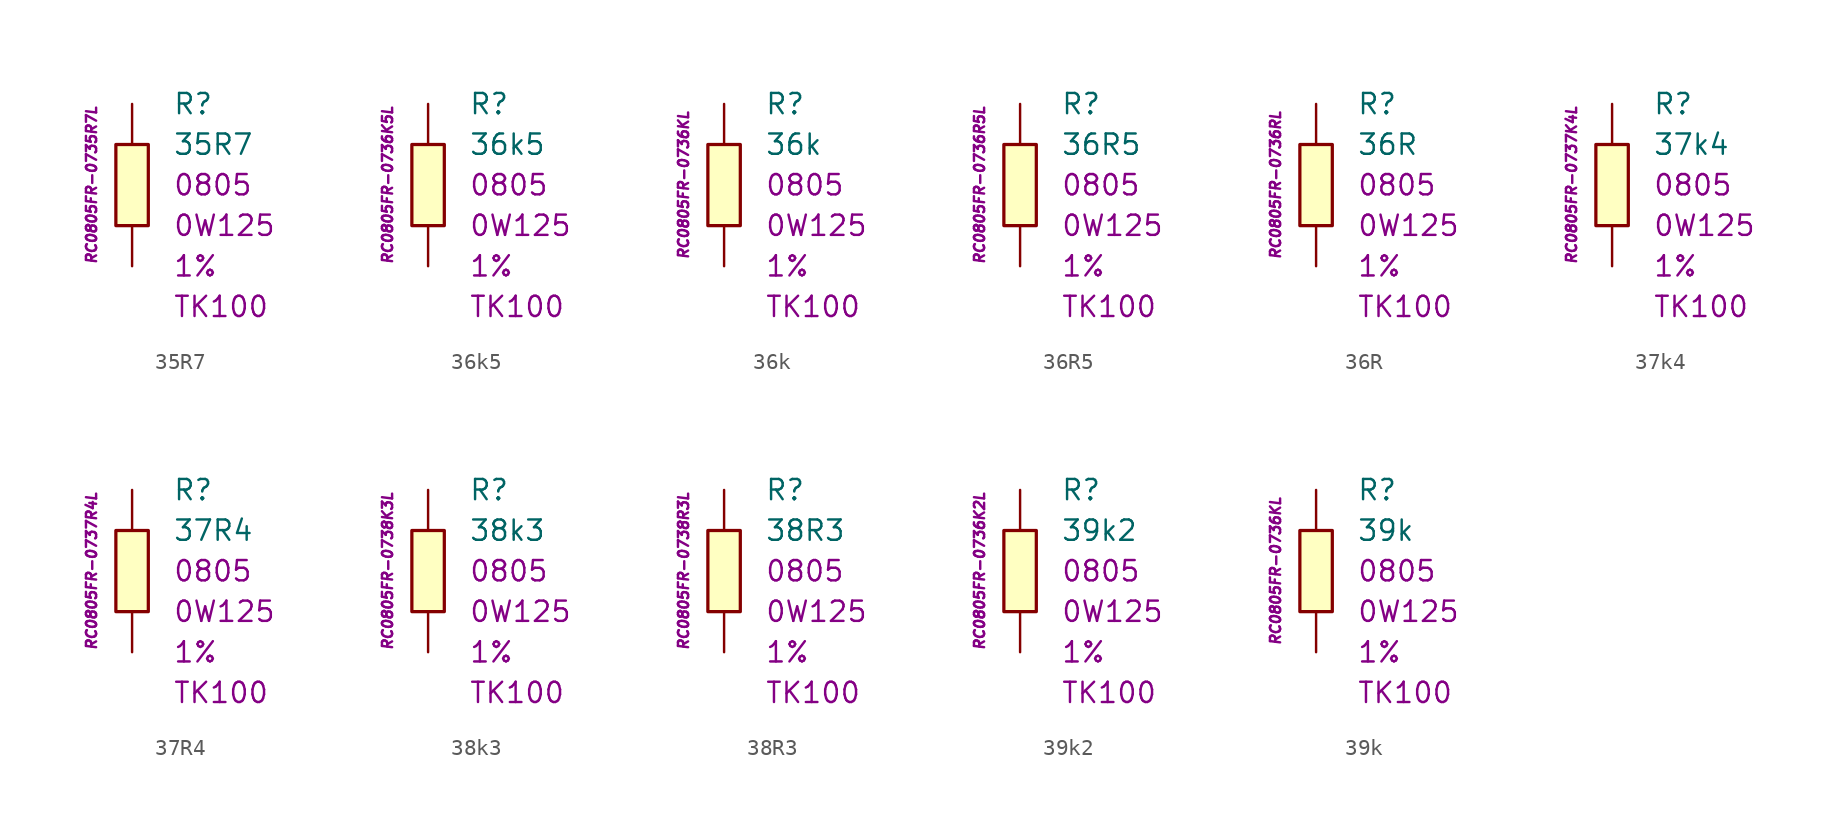
<source format=kicad_sym>
(kicad_symbol_lib
  (version 20201005)
  (generator kicad_symbol_editor)
  (symbol "35R7"
    (pin_numbers hide)
    (pin_names
      (offset 1.016) hide)
    (property "Reference" "R"
      (at 2.54 5.08 0)
      (effects (font (size 1.27 1.27)) (justify left)))
    (property "Value" "35R7"
      (at 2.54 2.54 0)
      (effects (font (size 1.27 1.27)) (justify left)))
    (property "Package" "0805"
      (at 2.54 0 0)
      (effects (font (size 1.27 1.27)) (justify left)))
    (property "Power" "0W125"
      (at 2.54 -2.54 0)
      (effects (font (size 1.27 1.27)) (justify left)))
    (property "Tolerance" "1%"
      (at 2.54 -5.08 0)
      (effects (font (size 1.27 1.27)) (justify left)))
    (property "TK" "TK100"
      (at 2.54 -7.62 0)
      (effects (font (size 1.27 1.27)) (justify left)))
    (property "ID" "RC0805FR-0735R7L"
      (at -2.54 0 90)
      (effects (font (size 0.635 0.635) italic)))
    (symbol "35R7_0_1"
      (rectangle (start -1.016 2.54) (end 1.016 -2.54) (stroke (width 0.203)) (fill (type background))))
    (symbol "35R7_1_1"
      (pin passive line (at 0 5.08 270) (length 2.54) (name "~" (effects (font (size 1.778 1.778)))) (number "1" (effects (font (size 1.778 1.778)))))
      (pin passive line (at 0 -5.08 90) (length 2.54) (name "~" (effects (font (size 1.778 1.778)))) (number "2" (effects (font (size 1.778 1.778)))))))
  (symbol "36k5"
    (pin_numbers hide)
    (pin_names
      (offset 1.016) hide)
    (property "Reference" "R"
      (at 2.54 5.08 0)
      (effects (font (size 1.27 1.27)) (justify left)))
    (property "Value" "36k5"
      (at 2.54 2.54 0)
      (effects (font (size 1.27 1.27)) (justify left)))
    (property "Package" "0805"
      (at 2.54 0 0)
      (effects (font (size 1.27 1.27)) (justify left)))
    (property "Power" "0W125"
      (at 2.54 -2.54 0)
      (effects (font (size 1.27 1.27)) (justify left)))
    (property "Tolerance" "1%"
      (at 2.54 -5.08 0)
      (effects (font (size 1.27 1.27)) (justify left)))
    (property "TK" "TK100"
      (at 2.54 -7.62 0)
      (effects (font (size 1.27 1.27)) (justify left)))
    (property "ID" "RC0805FR-0736K5L"
      (at -2.54 0 90)
      (effects (font (size 0.635 0.635) italic)))
    (symbol "36k5_0_1"
      (rectangle (start -1.016 2.54) (end 1.016 -2.54) (stroke (width 0.203)) (fill (type background))))
    (symbol "36k5_1_1"
      (pin passive line (at 0 5.08 270) (length 2.54) (name "~" (effects (font (size 1.778 1.778)))) (number "1" (effects (font (size 1.778 1.778)))))
      (pin passive line (at 0 -5.08 90) (length 2.54) (name "~" (effects (font (size 1.778 1.778)))) (number "2" (effects (font (size 1.778 1.778)))))))
  (symbol "36k"
    (pin_numbers hide)
    (pin_names
      (offset 1.016) hide)
    (property "Reference" "R"
      (at 2.54 5.08 0)
      (effects (font (size 1.27 1.27)) (justify left)))
    (property "Value" "36k"
      (at 2.54 2.54 0)
      (effects (font (size 1.27 1.27)) (justify left)))
    (property "Package" "0805"
      (at 2.54 0 0)
      (effects (font (size 1.27 1.27)) (justify left)))
    (property "Power" "0W125"
      (at 2.54 -2.54 0)
      (effects (font (size 1.27 1.27)) (justify left)))
    (property "Tolerance" "1%"
      (at 2.54 -5.08 0)
      (effects (font (size 1.27 1.27)) (justify left)))
    (property "TK" "TK100"
      (at 2.54 -7.62 0)
      (effects (font (size 1.27 1.27)) (justify left)))
    (property "ID" "RC0805FR-0736KL"
      (at -2.54 0 90)
      (effects (font (size 0.635 0.635) italic)))
    (symbol "36k_0_1"
      (rectangle (start -1.016 2.54) (end 1.016 -2.54) (stroke (width 0.203)) (fill (type background))))
    (symbol "36k_1_1"
      (pin passive line (at 0 5.08 270) (length 2.54) (name "~" (effects (font (size 1.778 1.778)))) (number "1" (effects (font (size 1.778 1.778)))))
      (pin passive line (at 0 -5.08 90) (length 2.54) (name "~" (effects (font (size 1.778 1.778)))) (number "2" (effects (font (size 1.778 1.778)))))))
  (symbol "36R5"
    (pin_numbers hide)
    (pin_names
      (offset 1.016) hide)
    (property "Reference" "R"
      (at 2.54 5.08 0)
      (effects (font (size 1.27 1.27)) (justify left)))
    (property "Value" "36R5"
      (at 2.54 2.54 0)
      (effects (font (size 1.27 1.27)) (justify left)))
    (property "Package" "0805"
      (at 2.54 0 0)
      (effects (font (size 1.27 1.27)) (justify left)))
    (property "Power" "0W125"
      (at 2.54 -2.54 0)
      (effects (font (size 1.27 1.27)) (justify left)))
    (property "Tolerance" "1%"
      (at 2.54 -5.08 0)
      (effects (font (size 1.27 1.27)) (justify left)))
    (property "TK" "TK100"
      (at 2.54 -7.62 0)
      (effects (font (size 1.27 1.27)) (justify left)))
    (property "ID" "RC0805FR-0736R5L"
      (at -2.54 0 90)
      (effects (font (size 0.635 0.635) italic)))
    (symbol "36R5_0_1"
      (rectangle (start -1.016 2.54) (end 1.016 -2.54) (stroke (width 0.203)) (fill (type background))))
    (symbol "36R5_1_1"
      (pin passive line (at 0 5.08 270) (length 2.54) (name "~" (effects (font (size 1.778 1.778)))) (number "1" (effects (font (size 1.778 1.778)))))
      (pin passive line (at 0 -5.08 90) (length 2.54) (name "~" (effects (font (size 1.778 1.778)))) (number "2" (effects (font (size 1.778 1.778)))))))
  (symbol "36R"
    (pin_numbers hide)
    (pin_names
      (offset 1.016) hide)
    (property "Reference" "R"
      (at 2.54 5.08 0)
      (effects (font (size 1.27 1.27)) (justify left)))
    (property "Value" "36R"
      (at 2.54 2.54 0)
      (effects (font (size 1.27 1.27)) (justify left)))
    (property "Package" "0805"
      (at 2.54 0 0)
      (effects (font (size 1.27 1.27)) (justify left)))
    (property "Power" "0W125"
      (at 2.54 -2.54 0)
      (effects (font (size 1.27 1.27)) (justify left)))
    (property "Tolerance" "1%"
      (at 2.54 -5.08 0)
      (effects (font (size 1.27 1.27)) (justify left)))
    (property "TK" "TK100"
      (at 2.54 -7.62 0)
      (effects (font (size 1.27 1.27)) (justify left)))
    (property "ID" "RC0805FR-0736RL"
      (at -2.54 0 90)
      (effects (font (size 0.635 0.635) italic)))
    (symbol "36R_0_1"
      (rectangle (start -1.016 2.54) (end 1.016 -2.54) (stroke (width 0.203)) (fill (type background))))
    (symbol "36R_1_1"
      (pin passive line (at 0 5.08 270) (length 2.54) (name "~" (effects (font (size 1.778 1.778)))) (number "1" (effects (font (size 1.778 1.778)))))
      (pin passive line (at 0 -5.08 90) (length 2.54) (name "~" (effects (font (size 1.778 1.778)))) (number "2" (effects (font (size 1.778 1.778)))))))
  (symbol "37k4"
    (pin_numbers hide)
    (pin_names
      (offset 1.016) hide)
    (property "Reference" "R"
      (at 2.54 5.08 0)
      (effects (font (size 1.27 1.27)) (justify left)))
    (property "Value" "37k4"
      (at 2.54 2.54 0)
      (effects (font (size 1.27 1.27)) (justify left)))
    (property "Package" "0805"
      (at 2.54 0 0)
      (effects (font (size 1.27 1.27)) (justify left)))
    (property "Power" "0W125"
      (at 2.54 -2.54 0)
      (effects (font (size 1.27 1.27)) (justify left)))
    (property "Tolerance" "1%"
      (at 2.54 -5.08 0)
      (effects (font (size 1.27 1.27)) (justify left)))
    (property "TK" "TK100"
      (at 2.54 -7.62 0)
      (effects (font (size 1.27 1.27)) (justify left)))
    (property "ID" "RC0805FR-0737K4L"
      (at -2.54 0 90)
      (effects (font (size 0.635 0.635) italic)))
    (symbol "37k4_0_1"
      (rectangle (start -1.016 2.54) (end 1.016 -2.54) (stroke (width 0.203)) (fill (type background))))
    (symbol "37k4_1_1"
      (pin passive line (at 0 5.08 270) (length 2.54) (name "~" (effects (font (size 1.778 1.778)))) (number "1" (effects (font (size 1.778 1.778)))))
      (pin passive line (at 0 -5.08 90) (length 2.54) (name "~" (effects (font (size 1.778 1.778)))) (number "2" (effects (font (size 1.778 1.778)))))))
  (symbol "37R4"
    (pin_numbers hide)
    (pin_names
      (offset 1.016) hide)
    (property "Reference" "R"
      (at 2.54 5.08 0)
      (effects (font (size 1.27 1.27)) (justify left)))
    (property "Value" "37R4"
      (at 2.54 2.54 0)
      (effects (font (size 1.27 1.27)) (justify left)))
    (property "Package" "0805"
      (at 2.54 0 0)
      (effects (font (size 1.27 1.27)) (justify left)))
    (property "Power" "0W125"
      (at 2.54 -2.54 0)
      (effects (font (size 1.27 1.27)) (justify left)))
    (property "Tolerance" "1%"
      (at 2.54 -5.08 0)
      (effects (font (size 1.27 1.27)) (justify left)))
    (property "TK" "TK100"
      (at 2.54 -7.62 0)
      (effects (font (size 1.27 1.27)) (justify left)))
    (property "ID" "RC0805FR-0737R4L"
      (at -2.54 0 90)
      (effects (font (size 0.635 0.635) italic)))
    (symbol "37R4_0_1"
      (rectangle (start -1.016 2.54) (end 1.016 -2.54) (stroke (width 0.203)) (fill (type background))))
    (symbol "37R4_1_1"
      (pin passive line (at 0 5.08 270) (length 2.54) (name "~" (effects (font (size 1.778 1.778)))) (number "1" (effects (font (size 1.778 1.778)))))
      (pin passive line (at 0 -5.08 90) (length 2.54) (name "~" (effects (font (size 1.778 1.778)))) (number "2" (effects (font (size 1.778 1.778)))))))
  (symbol "38k3"
    (pin_numbers hide)
    (pin_names
      (offset 1.016) hide)
    (property "Reference" "R"
      (at 2.54 5.08 0)
      (effects (font (size 1.27 1.27)) (justify left)))
    (property "Value" "38k3"
      (at 2.54 2.54 0)
      (effects (font (size 1.27 1.27)) (justify left)))
    (property "Package" "0805"
      (at 2.54 0 0)
      (effects (font (size 1.27 1.27)) (justify left)))
    (property "Power" "0W125"
      (at 2.54 -2.54 0)
      (effects (font (size 1.27 1.27)) (justify left)))
    (property "Tolerance" "1%"
      (at 2.54 -5.08 0)
      (effects (font (size 1.27 1.27)) (justify left)))
    (property "TK" "TK100"
      (at 2.54 -7.62 0)
      (effects (font (size 1.27 1.27)) (justify left)))
    (property "ID" "RC0805FR-0738K3L"
      (at -2.54 0 90)
      (effects (font (size 0.635 0.635) italic)))
    (symbol "38k3_0_1"
      (rectangle (start -1.016 2.54) (end 1.016 -2.54) (stroke (width 0.203)) (fill (type background))))
    (symbol "38k3_1_1"
      (pin passive line (at 0 5.08 270) (length 2.54) (name "~" (effects (font (size 1.778 1.778)))) (number "1" (effects (font (size 1.778 1.778)))))
      (pin passive line (at 0 -5.08 90) (length 2.54) (name "~" (effects (font (size 1.778 1.778)))) (number "2" (effects (font (size 1.778 1.778)))))))
  (symbol "38R3"
    (pin_numbers hide)
    (pin_names
      (offset 1.016) hide)
    (property "Reference" "R"
      (at 2.54 5.08 0)
      (effects (font (size 1.27 1.27)) (justify left)))
    (property "Value" "38R3"
      (at 2.54 2.54 0)
      (effects (font (size 1.27 1.27)) (justify left)))
    (property "Package" "0805"
      (at 2.54 0 0)
      (effects (font (size 1.27 1.27)) (justify left)))
    (property "Power" "0W125"
      (at 2.54 -2.54 0)
      (effects (font (size 1.27 1.27)) (justify left)))
    (property "Tolerance" "1%"
      (at 2.54 -5.08 0)
      (effects (font (size 1.27 1.27)) (justify left)))
    (property "TK" "TK100"
      (at 2.54 -7.62 0)
      (effects (font (size 1.27 1.27)) (justify left)))
    (property "ID" "RC0805FR-0738R3L"
      (at -2.54 0 90)
      (effects (font (size 0.635 0.635) italic)))
    (symbol "38R3_0_1"
      (rectangle (start -1.016 2.54) (end 1.016 -2.54) (stroke (width 0.203)) (fill (type background))))
    (symbol "38R3_1_1"
      (pin passive line (at 0 5.08 270) (length 2.54) (name "~" (effects (font (size 1.778 1.778)))) (number "1" (effects (font (size 1.778 1.778)))))
      (pin passive line (at 0 -5.08 90) (length 2.54) (name "~" (effects (font (size 1.778 1.778)))) (number "2" (effects (font (size 1.778 1.778)))))))
  (symbol "39k2"
    (pin_numbers hide)
    (pin_names
      (offset 1.016) hide)
    (property "Reference" "R"
      (at 2.54 5.08 0)
      (effects (font (size 1.27 1.27)) (justify left)))
    (property "Value" "39k2"
      (at 2.54 2.54 0)
      (effects (font (size 1.27 1.27)) (justify left)))
    (property "Package" "0805"
      (at 2.54 0 0)
      (effects (font (size 1.27 1.27)) (justify left)))
    (property "Power" "0W125"
      (at 2.54 -2.54 0)
      (effects (font (size 1.27 1.27)) (justify left)))
    (property "Tolerance" "1%"
      (at 2.54 -5.08 0)
      (effects (font (size 1.27 1.27)) (justify left)))
    (property "TK" "TK100"
      (at 2.54 -7.62 0)
      (effects (font (size 1.27 1.27)) (justify left)))
    (property "ID" "RC0805FR-0736K2L"
      (at -2.54 0 90)
      (effects (font (size 0.635 0.635) italic)))
    (symbol "39k2_0_1"
      (rectangle (start -1.016 2.54) (end 1.016 -2.54) (stroke (width 0.203)) (fill (type background))))
    (symbol "39k2_1_1"
      (pin passive line (at 0 5.08 270) (length 2.54) (name "~" (effects (font (size 1.778 1.778)))) (number "1" (effects (font (size 1.778 1.778)))))
      (pin passive line (at 0 -5.08 90) (length 2.54) (name "~" (effects (font (size 1.778 1.778)))) (number "2" (effects (font (size 1.778 1.778)))))))
  (symbol "39k"
    (pin_numbers hide)
    (pin_names
      (offset 1.016) hide)
    (property "Reference" "R"
      (at 2.54 5.08 0)
      (effects (font (size 1.27 1.27)) (justify left)))
    (property "Value" "39k"
      (at 2.54 2.54 0)
      (effects (font (size 1.27 1.27)) (justify left)))
    (property "Package" "0805"
      (at 2.54 0 0)
      (effects (font (size 1.27 1.27)) (justify left)))
    (property "Power" "0W125"
      (at 2.54 -2.54 0)
      (effects (font (size 1.27 1.27)) (justify left)))
    (property "Tolerance" "1%"
      (at 2.54 -5.08 0)
      (effects (font (size 1.27 1.27)) (justify left)))
    (property "TK" "TK100"
      (at 2.54 -7.62 0)
      (effects (font (size 1.27 1.27)) (justify left)))
    (property "ID" "RC0805FR-0736KL"
      (at -2.54 0 90)
      (effects (font (size 0.635 0.635) italic)))
    (symbol "39k_0_1"
      (rectangle (start -1.016 2.54) (end 1.016 -2.54) (stroke (width 0.203)) (fill (type background))))
    (symbol "39k_1_1"
      (pin passive line (at 0 5.08 270) (length 2.54) (name "~" (effects (font (size 1.778 1.778)))) (number "1" (effects (font (size 1.778 1.778)))))
      (pin passive line (at 0 -5.08 90) (length 2.54) (name "~" (effects (font (size 1.778 1.778)))) (number "2" (effects (font (size 1.778 1.778))))))))
</source>
